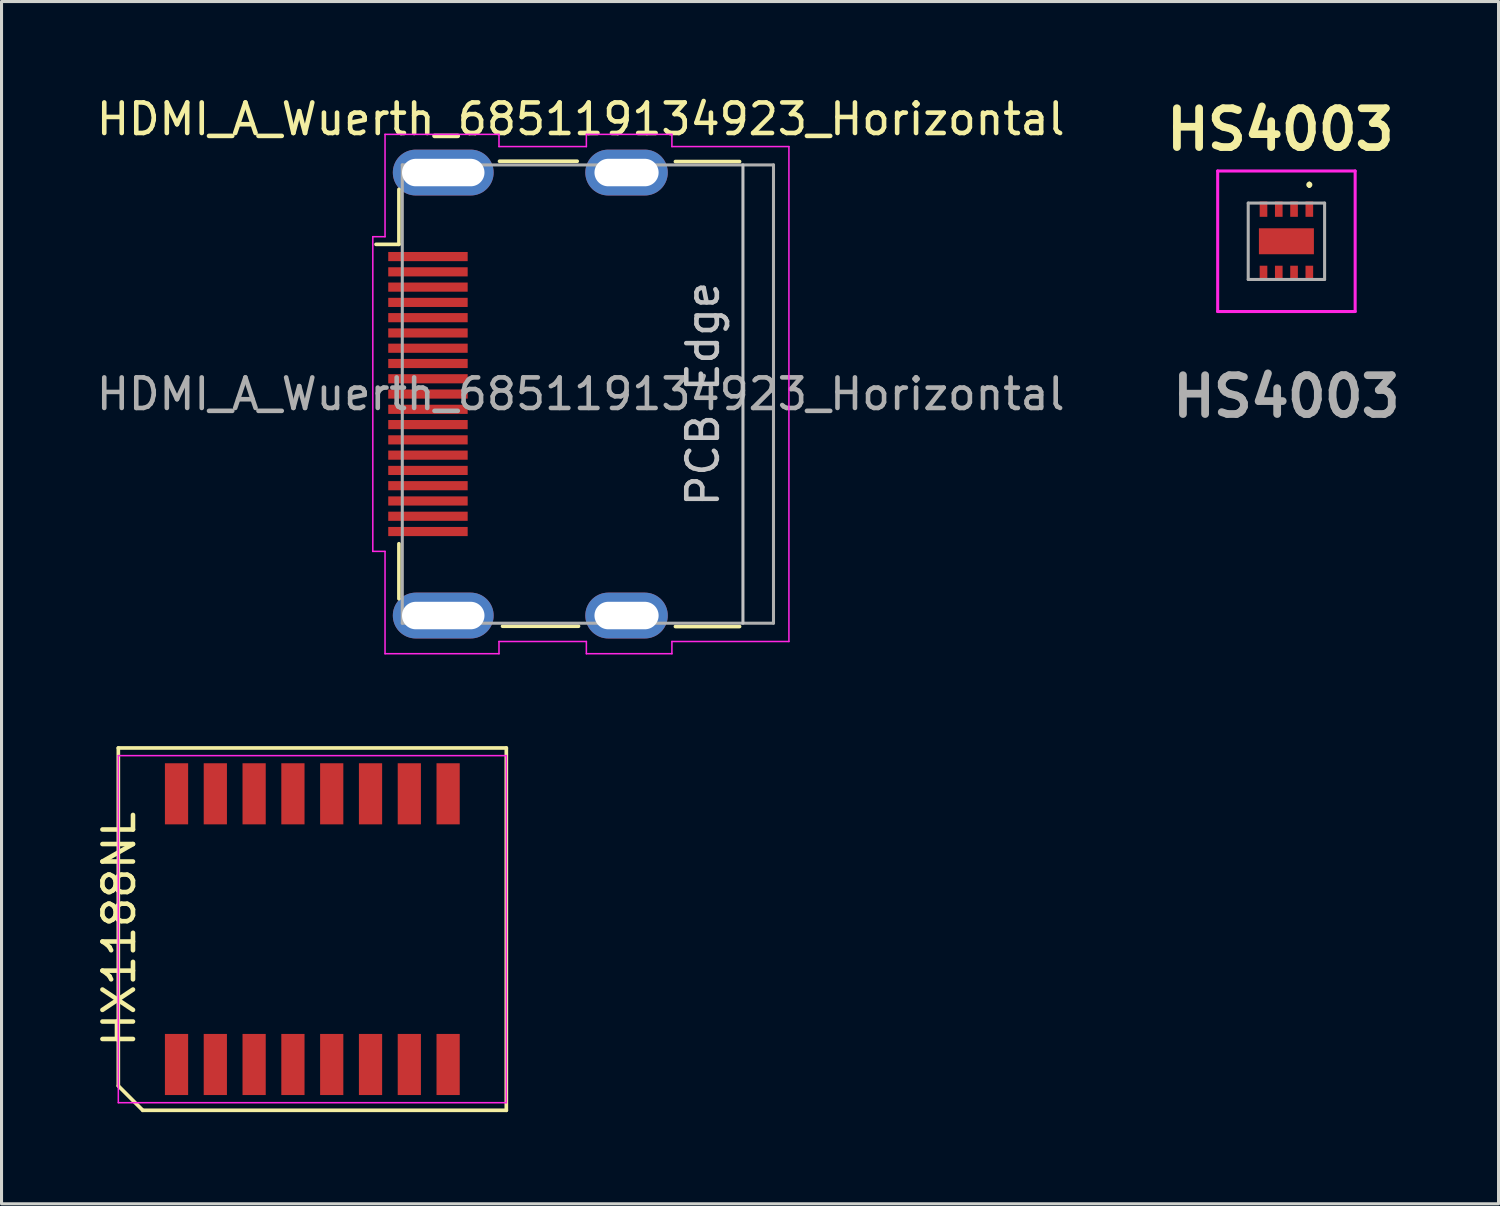
<source format=kicad_pcb>
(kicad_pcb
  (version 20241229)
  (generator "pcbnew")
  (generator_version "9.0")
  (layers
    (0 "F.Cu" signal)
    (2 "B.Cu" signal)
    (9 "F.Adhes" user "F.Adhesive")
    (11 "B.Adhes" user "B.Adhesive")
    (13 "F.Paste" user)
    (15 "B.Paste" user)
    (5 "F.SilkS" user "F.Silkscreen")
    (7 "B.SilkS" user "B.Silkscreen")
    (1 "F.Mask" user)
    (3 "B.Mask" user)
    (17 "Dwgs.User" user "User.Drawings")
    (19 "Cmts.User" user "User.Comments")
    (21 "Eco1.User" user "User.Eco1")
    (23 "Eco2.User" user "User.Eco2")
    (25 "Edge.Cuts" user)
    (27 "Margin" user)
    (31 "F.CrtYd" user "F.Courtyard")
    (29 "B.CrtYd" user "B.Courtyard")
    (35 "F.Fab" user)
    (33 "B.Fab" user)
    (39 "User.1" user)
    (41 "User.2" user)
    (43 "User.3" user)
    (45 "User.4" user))
  (footprint "HDMI_A_Wuerth_685119134923_Horizontal"
    (layer "F.Cu")
    (at 14.243 9.848)
    (property "Reference" "HDMI_A_Wuerth_685119134923_Horizontal" (at 1.715 -9 0) (layer "F.SilkS") (effects (font (size 1 1) (thickness 0.15))))
    (attr smd)
    (fp_line (start -4.985 -4.9) (end -4.235 -4.9) (stroke (width 0.12) (type solid)) (layer "F.SilkS"))
    (fp_line (start -4.235 -4.9) (end -4.235 -6.7) (stroke (width 0.12) (type solid)) (layer "F.SilkS"))
    (fp_line (start -4.235 6.7) (end -4.235 4.9) (stroke (width 0.12) (type solid)) (layer "F.SilkS"))
    (fp_line (start -0.943 -7.62) (end 1.6 -7.62) (stroke (width 0.12) (type solid)) (layer "F.SilkS"))
    (fp_line (start -0.843 7.6) (end 1.643 7.6) (stroke (width 0.12) (type solid)) (layer "F.SilkS"))
    (fp_line (start 4.815 -7.61) (end 6.915 -7.61) (stroke (width 0.12) (type solid)) (layer "F.SilkS"))
    (fp_line (start 4.815 7.61) (end 6.915 7.61) (stroke (width 0.12) (type solid)) (layer "F.SilkS"))
    (fp_line (start 7.025 -7.5) (end 7.025 7.5) (stroke (width 0.1) (type solid)) (layer "Dwgs.User"))
    (fp_line (start -5.09 5.15) (end -5.09 -5.15) (stroke (width 0.05) (type solid)) (layer "F.CrtYd"))
    (fp_line (start -4.69 -5.15) (end -5.09 -5.15) (stroke (width 0.05) (type solid)) (layer "F.CrtYd"))
    (fp_line (start -4.69 -5.15) (end -4.69 -8.5) (stroke (width 0.05) (type solid)) (layer "F.CrtYd"))
    (fp_line (start -4.69 5.15) (end -5.09 5.15) (stroke (width 0.05) (type solid)) (layer "F.CrtYd"))
    (fp_line (start -4.69 8.5) (end -4.69 5.15) (stroke (width 0.05) (type solid)) (layer "F.CrtYd"))
    (fp_line (start -0.96 -8.5) (end -4.69 -8.5) (stroke (width 0.05) (type solid)) (layer "F.CrtYd"))
    (fp_line (start -0.96 -8.1) (end -0.96 -8.5) (stroke (width 0.05) (type solid)) (layer "F.CrtYd"))
    (fp_line (start -0.96 8.5) (end -4.69 8.5) (stroke (width 0.05) (type solid)) (layer "F.CrtYd"))
    (fp_line (start -0.96 8.5) (end -0.96 8.1) (stroke (width 0.05) (type solid)) (layer "F.CrtYd"))
    (fp_line (start 1.9 -8.1) (end -0.96 -8.1) (stroke (width 0.05) (type solid)) (layer "F.CrtYd"))
    (fp_line (start 1.9 -8.1) (end 1.9 -8.5) (stroke (width 0.05) (type solid)) (layer "F.CrtYd"))
    (fp_line (start 1.9 8.1) (end -0.96 8.1) (stroke (width 0.05) (type solid)) (layer "F.CrtYd"))
    (fp_line (start 1.9 8.5) (end 1.9 8.1) (stroke (width 0.05) (type solid)) (layer "F.CrtYd"))
    (fp_line (start 4.7 -8.5) (end 1.9 -8.5) (stroke (width 0.05) (type solid)) (layer "F.CrtYd"))
    (fp_line (start 4.7 -8.1) (end 4.7 -8.5) (stroke (width 0.05) (type solid)) (layer "F.CrtYd"))
    (fp_line (start 4.7 8.5) (end 1.9 8.5) (stroke (width 0.05) (type solid)) (layer "F.CrtYd"))
    (fp_line (start 4.7 8.5) (end 4.7 8.1) (stroke (width 0.05) (type solid)) (layer "F.CrtYd"))
    (fp_line (start 8.53 -8.1) (end 4.7 -8.1) (stroke (width 0.05) (type solid)) (layer "F.CrtYd"))
    (fp_line (start 8.53 8.1) (end 4.7 8.1) (stroke (width 0.05) (type solid)) (layer "F.CrtYd"))
    (fp_line (start 8.53 8.1) (end 8.53 -8.1) (stroke (width 0.05) (type solid)) (layer "F.CrtYd"))
    (fp_line (start -4.125 -7.5) (end -4.125 7.5) (stroke (width 0.1) (type solid)) (layer "F.Fab"))
    (fp_line (start -4.125 -7.5) (end 8.025 -7.5) (stroke (width 0.1) (type solid)) (layer "F.Fab"))
    (fp_line (start -4.125 7.5) (end 8.025 7.5) (stroke (width 0.1) (type solid)) (layer "F.Fab"))
    (fp_line (start 8.025 -7.5) (end 8.025 7.5) (stroke (width 0.1) (type solid)) (layer "F.Fab"))
    (fp_text user "PCB Edge" (at 5.715 0 90) (layer "Dwgs.User") (effects (font (size 1 1) (thickness 0.15))))
    (fp_text user "${REFERENCE}" (at 1.715 0 0) (layer "F.Fab") (effects (font (size 1 1) (thickness 0.15))))
    (pad "1" smd rect (at -3.285 -4.5) (size 2.6 0.3) (layers "F.Cu" "F.Mask" "F.Paste"))
    (pad "2" smd rect (at -3.285 -4) (size 2.6 0.3) (layers "F.Cu" "F.Mask" "F.Paste"))
    (pad "3" smd rect (at -3.285 -3.5) (size 2.6 0.3) (layers "F.Cu" "F.Mask" "F.Paste"))
    (pad "4" smd rect (at -3.285 -3) (size 2.6 0.3) (layers "F.Cu" "F.Mask" "F.Paste"))
    (pad "5" smd rect (at -3.285 -2.5) (size 2.6 0.3) (layers "F.Cu" "F.Mask" "F.Paste"))
    (pad "6" smd rect (at -3.285 -2) (size 2.6 0.3) (layers "F.Cu" "F.Mask" "F.Paste"))
    (pad "7" smd rect (at -3.285 -1.5) (size 2.6 0.3) (layers "F.Cu" "F.Mask" "F.Paste"))
    (pad "8" smd rect (at -3.285 -1) (size 2.6 0.3) (layers "F.Cu" "F.Mask" "F.Paste"))
    (pad "9" smd rect (at -3.285 -0.5) (size 2.6 0.3) (layers "F.Cu" "F.Mask" "F.Paste"))
    (pad "10" smd rect (at -3.285 0) (size 2.6 0.3) (layers "F.Cu" "F.Mask" "F.Paste"))
    (pad "11" smd rect (at -3.285 0.5) (size 2.6 0.3) (layers "F.Cu" "F.Mask" "F.Paste"))
    (pad "12" smd rect (at -3.285 1) (size 2.6 0.3) (layers "F.Cu" "F.Mask" "F.Paste"))
    (pad "13" smd rect (at -3.285 1.5) (size 2.6 0.3) (layers "F.Cu" "F.Mask" "F.Paste"))
    (pad "14" smd rect (at -3.285 2) (size 2.6 0.3) (layers "F.Cu" "F.Mask" "F.Paste"))
    (pad "15" smd rect (at -3.285 2.5) (size 2.6 0.3) (layers "F.Cu" "F.Mask" "F.Paste"))
    (pad "16" smd rect (at -3.285 3) (size 2.6 0.3) (layers "F.Cu" "F.Mask" "F.Paste"))
    (pad "17" smd rect (at -3.285 3.5) (size 2.6 0.3) (layers "F.Cu" "F.Mask" "F.Paste"))
    (pad "18" smd rect (at -3.285 4) (size 2.6 0.3) (layers "F.Cu" "F.Mask" "F.Paste"))
    (pad "19" smd rect (at -3.285 4.5) (size 2.6 0.3) (layers "F.Cu" "F.Mask" "F.Paste"))
    (pad "SH1" thru_hole oval (at -2.785 -7.25) (size 3.3 1.5) (drill oval 2.7 0.9) (layers "*.Cu" "*.Mask"))
    (pad "SH2" thru_hole oval (at 3.215 -7.25) (size 2.7 1.5) (drill oval 2.1 0.9) (layers "*.Cu" "*.Mask"))
    (pad "SH3" thru_hole oval (at -2.785 7.25) (size 3.3 1.5) (drill oval 2.7 0.9) (layers "*.Cu" "*.Mask"))
    (pad "SH4" thru_hole oval (at 3.215 7.25) (size 2.7 1.5) (drill oval 2.1 0.9) (layers "*.Cu" "*.Mask")))
  (footprint "HX1188NL"
    (layer "F.Cu")
    (at 7.173 27.363)
    (property "Reference" "HX1188NL" (at -6.325 0 90) (layer "F.SilkS") (effects (font (size 1 1) (thickness 0.15))))
    (attr smd)
    (fp_line (start -6.35 -5.93) (end 6.35 -5.93) (stroke (width 0.12) (type solid)) (layer "F.SilkS"))
    (fp_line (start -6.35 5.13) (end -6.35 -5.93) (stroke (width 0.12) (type solid)) (layer "F.SilkS"))
    (fp_line (start -5.55 5.93) (end -6.35 5.13) (stroke (width 0.12) (type solid)) (layer "F.SilkS"))
    (fp_line (start 6.35 -5.93) (end 6.35 5.93) (stroke (width 0.12) (type solid)) (layer "F.SilkS"))
    (fp_line (start 6.35 5.93) (end -5.55 5.93) (stroke (width 0.12) (type solid)) (layer "F.SilkS"))
    (fp_line (start -6.35 -5.68) (end 6.35 -5.68) (stroke (width 0.05) (type solid)) (layer "F.CrtYd"))
    (fp_line (start -6.35 5.68) (end -6.35 -5.68) (stroke (width 0.05) (type solid)) (layer "F.CrtYd"))
    (fp_line (start 6.35 -5.68) (end 6.35 5.68) (stroke (width 0.05) (type solid)) (layer "F.CrtYd"))
    (fp_line (start 6.35 5.68) (end -6.35 5.68) (stroke (width 0.05) (type solid)) (layer "F.CrtYd"))
    (pad "1" smd rect (at -4.445 4.43) (size 0.76 2) (layers "F.Cu" "F.Mask" "F.Paste"))
    (pad "2" smd rect (at -3.175 4.43) (size 0.76 2) (layers "F.Cu" "F.Mask" "F.Paste"))
    (pad "3" smd rect (at -1.905 4.43) (size 0.76 2) (layers "F.Cu" "F.Mask" "F.Paste"))
    (pad "4" smd rect (at -0.635 4.43) (size 0.76 2) (layers "F.Cu" "F.Mask" "F.Paste"))
    (pad "5" smd rect (at 0.635 4.43) (size 0.76 2) (layers "F.Cu" "F.Mask" "F.Paste"))
    (pad "6" smd rect (at 1.905 4.43) (size 0.76 2) (layers "F.Cu" "F.Mask" "F.Paste"))
    (pad "7" smd rect (at 3.175 4.43) (size 0.76 2) (layers "F.Cu" "F.Mask" "F.Paste"))
    (pad "8" smd rect (at 4.445 4.43) (size 0.76 2) (layers "F.Cu" "F.Mask" "F.Paste"))
    (pad "9" smd rect (at 4.445 -4.43) (size 0.76 2) (layers "F.Cu" "F.Mask" "F.Paste"))
    (pad "10" smd rect (at 3.175 -4.43) (size 0.76 2) (layers "F.Cu" "F.Mask" "F.Paste"))
    (pad "11" smd rect (at 1.905 -4.43) (size 0.76 2) (layers "F.Cu" "F.Mask" "F.Paste"))
    (pad "12" smd rect (at 0.635 -4.43) (size 0.76 2) (layers "F.Cu" "F.Mask" "F.Paste"))
    (pad "13" smd rect (at -0.635 -4.43) (size 0.76 2) (layers "F.Cu" "F.Mask" "F.Paste"))
    (pad "14" smd rect (at -1.905 -4.43) (size 0.76 2) (layers "F.Cu" "F.Mask" "F.Paste"))
    (pad "15" smd rect (at -3.175 -4.43) (size 0.76 2) (layers "F.Cu" "F.Mask" "F.Paste"))
    (pad "16" smd rect (at -4.445 -4.43) (size 0.76 2) (layers "F.Cu" "F.Mask" "F.Paste")))
  (footprint "HS4003"
    (layer "F.Cu")
    (at 39.057 4.847)
    (property "Reference" "HS4003" (at -0.197 -3.658 0) (layer "F.SilkS") (effects (font (size 1.27 1.27) (thickness 0.254))))
    (attr smd)
    (fp_line (start 0.75 -1.9) (end 0.75 -1.9) (stroke (width 0.1) (type solid)) (layer "F.SilkS"))
    (fp_line (start 0.75 -1.8) (end 0.75 -1.8) (stroke (width 0.1) (type solid)) (layer "F.SilkS"))
    (fp_arc (start 0.75 -1.9) (mid 0.8 -1.85) (end 0.75 -1.8) (stroke (width 0.1) (type solid)) (layer "F.SilkS"))
    (fp_arc (start 0.75 -1.8) (mid 0.7 -1.85) (end 0.75 -1.9) (stroke (width 0.1) (type solid)) (layer "F.SilkS"))
    (fp_line (start -2.25 -2.3) (end 2.25 -2.3) (stroke (width 0.1) (type solid)) (layer "F.CrtYd"))
    (fp_line (start -2.25 2.3) (end -2.25 -2.3) (stroke (width 0.1) (type solid)) (layer "F.CrtYd"))
    (fp_line (start 2.25 -2.3) (end 2.25 2.3) (stroke (width 0.1) (type solid)) (layer "F.CrtYd"))
    (fp_line (start 2.25 2.3) (end -2.25 2.3) (stroke (width 0.1) (type solid)) (layer "F.CrtYd"))
    (fp_line (start -1.25 -1.25) (end -1.25 1.25) (stroke (width 0.1) (type solid)) (layer "F.Fab"))
    (fp_line (start -1.25 1.25) (end 1.25 1.25) (stroke (width 0.1) (type solid)) (layer "F.Fab"))
    (fp_line (start 1.25 -1.25) (end -1.25 -1.25) (stroke (width 0.1) (type solid)) (layer "F.Fab"))
    (fp_line (start 1.25 1.25) (end 1.25 -1.25) (stroke (width 0.1) (type solid)) (layer "F.Fab"))
    (fp_text user "${REFERENCE}" (at 0 5.08 0) (layer "F.Fab") (effects (font (size 1.27 1.27) (thickness 0.254))))
    (pad "1" smd rect (at 0.75 -1.05) (size 0.25 0.5) (layers "F.Cu" "F.Mask" "F.Paste"))
    (pad "2" smd rect (at 0.25 -1.05) (size 0.25 0.5) (layers "F.Cu" "F.Mask" "F.Paste"))
    (pad "3" smd rect (at -0.25 -1.05) (size 0.25 0.5) (layers "F.Cu" "F.Mask" "F.Paste"))
    (pad "4" smd rect (at -0.75 -1.05) (size 0.25 0.5) (layers "F.Cu" "F.Mask" "F.Paste"))
    (pad "5" smd rect (at -0.75 1.05) (size 0.25 0.5) (layers "F.Cu" "F.Mask" "F.Paste"))
    (pad "6" smd rect (at -0.25 1.05) (size 0.25 0.5) (layers "F.Cu" "F.Mask" "F.Paste"))
    (pad "7" smd rect (at 0.25 1.05) (size 0.25 0.5) (layers "F.Cu" "F.Mask" "F.Paste"))
    (pad "8" smd rect (at 0.75 1.05) (size 0.25 0.5) (layers "F.Cu" "F.Mask" "F.Paste"))
    (pad "9" smd rect (at 0 0 90) (size 0.85 1.8) (layers "F.Cu" "F.Mask" "F.Paste")))
  (gr_rect
    (start -3 -3)
    (end 46 36.353)
    (stroke (width 0.1) (type default))
    (fill no)
    (layer "Edge.Cuts")))
</source>
